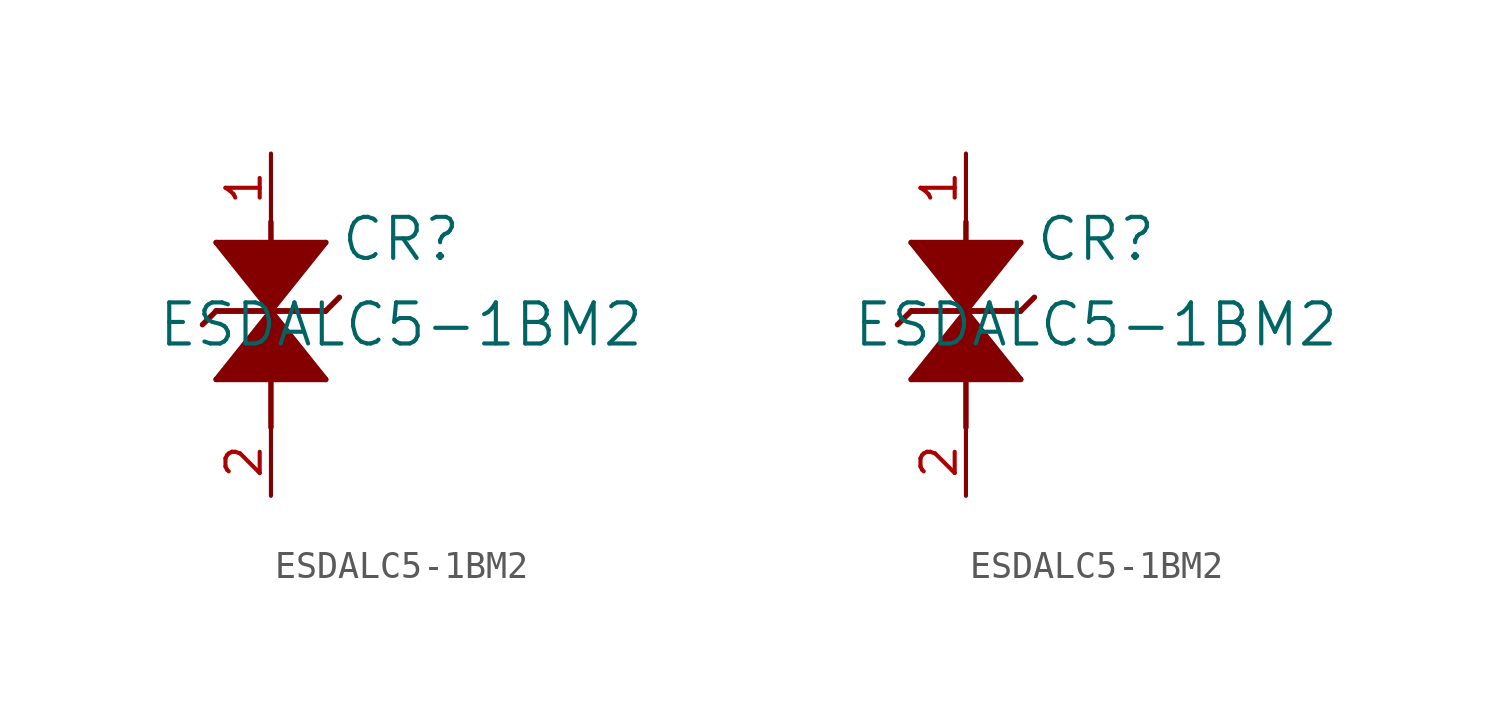
<source format=kicad_sym>
(kicad_symbol_lib
  (version 20211014)
  (generator kicad_symbol_editor)
  (symbol "ESDALC5-1BM2"
    (pin_names
      (offset 0.254))
    (property "Reference" "CR"
      (at 4.826 9.525 0)
      (effects (font (size 1.524 1.524))))
    (property "Value" "ESDALC5-1BM2"
      (at 4.826 6.35 0)
      (effects (font (size 1.524 1.524))))
    (symbol "ESDALC5-1BM2_1_1"
      (polyline (pts (xy 0 2.54) (xy 0 4.318)) (stroke (width 0.203) (type default) (color 0 0 0 0)) (fill (type none)))
      (polyline (pts (xy -2.032 4.318) (xy 2.032 4.318)) (stroke (width 0.203) (type default) (color 0 0 0 0)) (fill (type none)))
      (polyline (pts (xy 0 10.16) (xy 0 9.398)) (stroke (width 0.203) (type default) (color 0 0 0 0)) (fill (type none)))
      (polyline (pts (xy 2.032 6.858) (xy -2.032 6.858)) (stroke (width 0.203) (type default) (color 0 0 0 0)) (fill (type none)))
      (polyline (pts (xy 0 6.858) (xy -2.032 4.318)) (stroke (width 0.203) (type default) (color 0 0 0 0)) (fill (type none)))
      (polyline (pts (xy 2.032 4.318) (xy 0 6.858)) (stroke (width 0.203) (type default) (color 0 0 0 0)) (fill (type none)))
      (polyline (pts (xy -2.032 6.858) (xy -2.54 6.35)) (stroke (width 0.203) (type default) (color 0 0 0 0)) (fill (type none)))
      (polyline (pts (xy 2.032 6.858) (xy 2.54 7.366)) (stroke (width 0.203) (type default) (color 0 0 0 0)) (fill (type none)))
      (polyline (pts (xy -2.032 9.398) (xy 2.032 9.398)) (stroke (width 0.203) (type default) (color 0 0 0 0)) (fill (type none)))
      (polyline (pts (xy 2.032 6.858) (xy -2.032 6.858)) (stroke (width 0.203) (type default) (color 0 0 0 0)) (fill (type none)))
      (polyline (pts (xy 0 6.858) (xy -2.032 9.398)) (stroke (width 0.203) (type default) (color 0 0 0 0)) (fill (type none)))
      (polyline (pts (xy 2.032 9.398) (xy 0 6.858)) (stroke (width 0.203) (type default) (color 0 0 0 0)) (fill (type none)))
      (polyline (pts (xy -2.032 4.318) (xy 2.032 4.318) (xy 0 6.858)) (stroke (width 0) (type default) (color 0 0 0 0)) (fill (type outline)))
      (polyline (pts (xy -2.032 9.398) (xy 0 6.858) (xy 2.032 9.398)) (stroke (width 0) (type default) (color 0 0 0 0)) (fill (type outline)))
      (pin unspecified line (at 0 0 90) (length 2.54) (name "" (effects (font (size 1.27 1.27)))) (number "2" (effects (font (size 1.27 1.27)))))
      (pin unspecified line (at 0 12.7 270) (length 2.54) (name "" (effects (font (size 1.27 1.27)))) (number "1" (effects (font (size 1.27 1.27))))))
    (symbol "ESDALC5-1BM2_1_2"
      (polyline (pts (xy 0 2.54) (xy 0 4.318)) (stroke (width 0.203) (type default) (color 0 0 0 0)) (fill (type none)))
      (polyline (pts (xy -2.032 4.318) (xy 2.032 4.318)) (stroke (width 0.203) (type default) (color 0 0 0 0)) (fill (type none)))
      (polyline (pts (xy 0 10.16) (xy 0 9.398)) (stroke (width 0.203) (type default) (color 0 0 0 0)) (fill (type none)))
      (polyline (pts (xy 2.032 6.858) (xy -2.032 6.858)) (stroke (width 0.203) (type default) (color 0 0 0 0)) (fill (type none)))
      (polyline (pts (xy 0 6.858) (xy -2.032 4.318)) (stroke (width 0.203) (type default) (color 0 0 0 0)) (fill (type none)))
      (polyline (pts (xy 2.032 4.318) (xy 0 6.858)) (stroke (width 0.203) (type default) (color 0 0 0 0)) (fill (type none)))
      (polyline (pts (xy -2.032 6.858) (xy -2.54 6.35)) (stroke (width 0.203) (type default) (color 0 0 0 0)) (fill (type none)))
      (polyline (pts (xy 2.032 6.858) (xy 2.54 7.366)) (stroke (width 0.203) (type default) (color 0 0 0 0)) (fill (type none)))
      (polyline (pts (xy -2.032 9.398) (xy 2.032 9.398)) (stroke (width 0.203) (type default) (color 0 0 0 0)) (fill (type none)))
      (polyline (pts (xy 2.032 6.858) (xy -2.032 6.858)) (stroke (width 0.203) (type default) (color 0 0 0 0)) (fill (type none)))
      (polyline (pts (xy 0 6.858) (xy -2.032 9.398)) (stroke (width 0.203) (type default) (color 0 0 0 0)) (fill (type none)))
      (polyline (pts (xy 2.032 9.398) (xy 0 6.858)) (stroke (width 0.203) (type default) (color 0 0 0 0)) (fill (type none)))
      (polyline (pts (xy -2.032 4.318) (xy 2.032 4.318) (xy 0 6.858)) (stroke (width 0) (type default) (color 0 0 0 0)) (fill (type outline)))
      (polyline (pts (xy -2.032 9.398) (xy 0 6.858) (xy 2.032 9.398)) (stroke (width 0) (type default) (color 0 0 0 0)) (fill (type outline)))
      (pin unspecified line (at 0 0 90) (length 2.54) (name "" (effects (font (size 1.27 1.27)))) (number "2" (effects (font (size 1.27 1.27)))))
      (pin unspecified line (at 0 12.7 270) (length 2.54) (name "" (effects (font (size 1.27 1.27)))) (number "1" (effects (font (size 1.27 1.27))))))))
</source>
